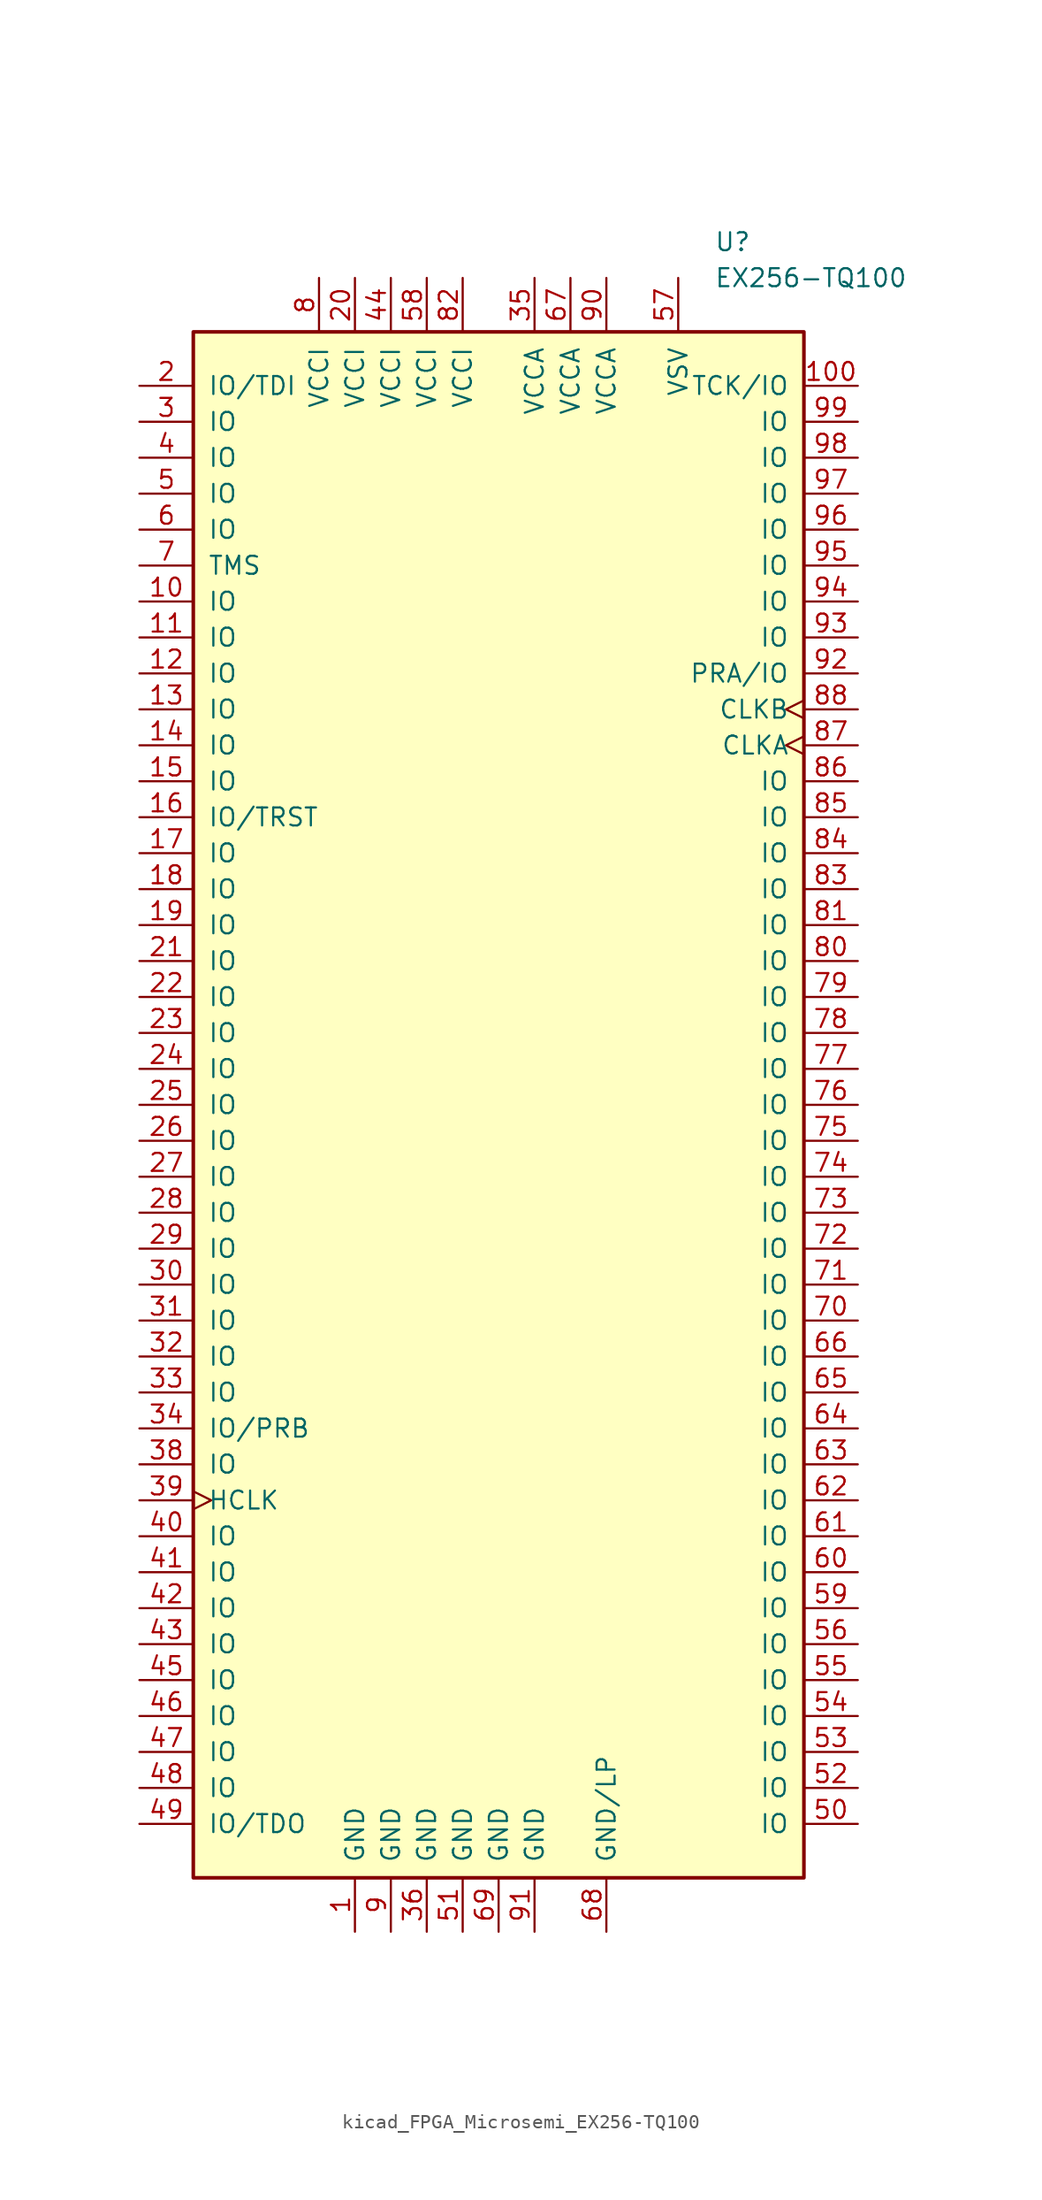
<source format=kicad_sym>
(kicad_symbol_lib
  (version 20220914)
  (generator kicad_symbol_editor)
  (symbol "kicad_FPGA_Microsemi_EX256-TQ100"
    (pin_names
      (offset 1.016))
    (property "Reference" "U"
      (at 15.24 60.96 0)
      (effects (font (size 1.27 1.27)) (justify left)))
    (property "Value" "EX256-TQ100"
      (at 15.24 58.42 0)
      (effects (font (size 1.27 1.27)) (justify left)))
    (symbol "kicad_FPGA_Microsemi_EX256-TQ100_0_1"
      (rectangle (start -21.59 54.61) (end 21.59 -54.61) (stroke (width 0.254) (type default)) (fill (type background))))
    (symbol "kicad_FPGA_Microsemi_EX256-TQ100_1_1"
      (pin power_in line (at -10.16 -58.42 90) (length 3.81) (name "GND" (effects (font (size 1.27 1.27)))) (number "1" (effects (font (size 1.27 1.27)))))
      (pin bidirectional line (at -25.4 35.56 0) (length 3.81) (name "IO" (effects (font (size 1.27 1.27)))) (number "10" (effects (font (size 1.27 1.27)))))
      (pin bidirectional line (at 25.4 50.8 180) (length 3.81) (name "TCK/IO" (effects (font (size 1.27 1.27)))) (number "100" (effects (font (size 1.27 1.27)))))
      (pin bidirectional line (at -25.4 33.02 0) (length 3.81) (name "IO" (effects (font (size 1.27 1.27)))) (number "11" (effects (font (size 1.27 1.27)))))
      (pin bidirectional line (at -25.4 30.48 0) (length 3.81) (name "IO" (effects (font (size 1.27 1.27)))) (number "12" (effects (font (size 1.27 1.27)))))
      (pin bidirectional line (at -25.4 27.94 0) (length 3.81) (name "IO" (effects (font (size 1.27 1.27)))) (number "13" (effects (font (size 1.27 1.27)))))
      (pin bidirectional line (at -25.4 25.4 0) (length 3.81) (name "IO" (effects (font (size 1.27 1.27)))) (number "14" (effects (font (size 1.27 1.27)))))
      (pin bidirectional line (at -25.4 22.86 0) (length 3.81) (name "IO" (effects (font (size 1.27 1.27)))) (number "15" (effects (font (size 1.27 1.27)))))
      (pin bidirectional line (at -25.4 20.32 0) (length 3.81) (name "IO/TRST" (effects (font (size 1.27 1.27)))) (number "16" (effects (font (size 1.27 1.27)))))
      (pin bidirectional line (at -25.4 17.78 0) (length 3.81) (name "IO" (effects (font (size 1.27 1.27)))) (number "17" (effects (font (size 1.27 1.27)))))
      (pin bidirectional line (at -25.4 15.24 0) (length 3.81) (name "IO" (effects (font (size 1.27 1.27)))) (number "18" (effects (font (size 1.27 1.27)))))
      (pin bidirectional line (at -25.4 12.7 0) (length 3.81) (name "IO" (effects (font (size 1.27 1.27)))) (number "19" (effects (font (size 1.27 1.27)))))
      (pin bidirectional line (at -25.4 50.8 0) (length 3.81) (name "IO/TDI" (effects (font (size 1.27 1.27)))) (number "2" (effects (font (size 1.27 1.27)))))
      (pin power_in line (at -10.16 58.42 270) (length 3.81) (name "VCCI" (effects (font (size 1.27 1.27)))) (number "20" (effects (font (size 1.27 1.27)))))
      (pin bidirectional line (at -25.4 10.16 0) (length 3.81) (name "IO" (effects (font (size 1.27 1.27)))) (number "21" (effects (font (size 1.27 1.27)))))
      (pin bidirectional line (at -25.4 7.62 0) (length 3.81) (name "IO" (effects (font (size 1.27 1.27)))) (number "22" (effects (font (size 1.27 1.27)))))
      (pin bidirectional line (at -25.4 5.08 0) (length 3.81) (name "IO" (effects (font (size 1.27 1.27)))) (number "23" (effects (font (size 1.27 1.27)))))
      (pin bidirectional line (at -25.4 2.54 0) (length 3.81) (name "IO" (effects (font (size 1.27 1.27)))) (number "24" (effects (font (size 1.27 1.27)))))
      (pin bidirectional line (at -25.4 0 0) (length 3.81) (name "IO" (effects (font (size 1.27 1.27)))) (number "25" (effects (font (size 1.27 1.27)))))
      (pin bidirectional line (at -25.4 -2.54 0) (length 3.81) (name "IO" (effects (font (size 1.27 1.27)))) (number "26" (effects (font (size 1.27 1.27)))))
      (pin bidirectional line (at -25.4 -5.08 0) (length 3.81) (name "IO" (effects (font (size 1.27 1.27)))) (number "27" (effects (font (size 1.27 1.27)))))
      (pin bidirectional line (at -25.4 -7.62 0) (length 3.81) (name "IO" (effects (font (size 1.27 1.27)))) (number "28" (effects (font (size 1.27 1.27)))))
      (pin bidirectional line (at -25.4 -10.16 0) (length 3.81) (name "IO" (effects (font (size 1.27 1.27)))) (number "29" (effects (font (size 1.27 1.27)))))
      (pin bidirectional line (at -25.4 48.26 0) (length 3.81) (name "IO" (effects (font (size 1.27 1.27)))) (number "3" (effects (font (size 1.27 1.27)))))
      (pin bidirectional line (at -25.4 -12.7 0) (length 3.81) (name "IO" (effects (font (size 1.27 1.27)))) (number "30" (effects (font (size 1.27 1.27)))))
      (pin bidirectional line (at -25.4 -15.24 0) (length 3.81) (name "IO" (effects (font (size 1.27 1.27)))) (number "31" (effects (font (size 1.27 1.27)))))
      (pin bidirectional line (at -25.4 -17.78 0) (length 3.81) (name "IO" (effects (font (size 1.27 1.27)))) (number "32" (effects (font (size 1.27 1.27)))))
      (pin bidirectional line (at -25.4 -20.32 0) (length 3.81) (name "IO" (effects (font (size 1.27 1.27)))) (number "33" (effects (font (size 1.27 1.27)))))
      (pin bidirectional line (at -25.4 -22.86 0) (length 3.81) (name "IO/PRB" (effects (font (size 1.27 1.27)))) (number "34" (effects (font (size 1.27 1.27)))))
      (pin power_in line (at 2.54 58.42 270) (length 3.81) (name "VCCA" (effects (font (size 1.27 1.27)))) (number "35" (effects (font (size 1.27 1.27)))))
      (pin power_in line (at -5.08 -58.42 90) (length 3.81) (name "GND" (effects (font (size 1.27 1.27)))) (number "36" (effects (font (size 1.27 1.27)))))
      (pin bidirectional line (at -25.4 -25.4 0) (length 3.81) (name "IO" (effects (font (size 1.27 1.27)))) (number "38" (effects (font (size 1.27 1.27)))))
      (pin input clock (at -25.4 -27.94 0) (length 3.81) (name "HCLK" (effects (font (size 1.27 1.27)))) (number "39" (effects (font (size 1.27 1.27)))))
      (pin bidirectional line (at -25.4 45.72 0) (length 3.81) (name "IO" (effects (font (size 1.27 1.27)))) (number "4" (effects (font (size 1.27 1.27)))))
      (pin bidirectional line (at -25.4 -30.48 0) (length 3.81) (name "IO" (effects (font (size 1.27 1.27)))) (number "40" (effects (font (size 1.27 1.27)))))
      (pin bidirectional line (at -25.4 -33.02 0) (length 3.81) (name "IO" (effects (font (size 1.27 1.27)))) (number "41" (effects (font (size 1.27 1.27)))))
      (pin bidirectional line (at -25.4 -35.56 0) (length 3.81) (name "IO" (effects (font (size 1.27 1.27)))) (number "42" (effects (font (size 1.27 1.27)))))
      (pin bidirectional line (at -25.4 -38.1 0) (length 3.81) (name "IO" (effects (font (size 1.27 1.27)))) (number "43" (effects (font (size 1.27 1.27)))))
      (pin power_in line (at -7.62 58.42 270) (length 3.81) (name "VCCI" (effects (font (size 1.27 1.27)))) (number "44" (effects (font (size 1.27 1.27)))))
      (pin bidirectional line (at -25.4 -40.64 0) (length 3.81) (name "IO" (effects (font (size 1.27 1.27)))) (number "45" (effects (font (size 1.27 1.27)))))
      (pin bidirectional line (at -25.4 -43.18 0) (length 3.81) (name "IO" (effects (font (size 1.27 1.27)))) (number "46" (effects (font (size 1.27 1.27)))))
      (pin bidirectional line (at -25.4 -45.72 0) (length 3.81) (name "IO" (effects (font (size 1.27 1.27)))) (number "47" (effects (font (size 1.27 1.27)))))
      (pin bidirectional line (at -25.4 -48.26 0) (length 3.81) (name "IO" (effects (font (size 1.27 1.27)))) (number "48" (effects (font (size 1.27 1.27)))))
      (pin bidirectional line (at -25.4 -50.8 0) (length 3.81) (name "IO/TDO" (effects (font (size 1.27 1.27)))) (number "49" (effects (font (size 1.27 1.27)))))
      (pin bidirectional line (at -25.4 43.18 0) (length 3.81) (name "IO" (effects (font (size 1.27 1.27)))) (number "5" (effects (font (size 1.27 1.27)))))
      (pin bidirectional line (at 25.4 -50.8 180) (length 3.81) (name "IO" (effects (font (size 1.27 1.27)))) (number "50" (effects (font (size 1.27 1.27)))))
      (pin power_in line (at -2.54 -58.42 90) (length 3.81) (name "GND" (effects (font (size 1.27 1.27)))) (number "51" (effects (font (size 1.27 1.27)))))
      (pin bidirectional line (at 25.4 -48.26 180) (length 3.81) (name "IO" (effects (font (size 1.27 1.27)))) (number "52" (effects (font (size 1.27 1.27)))))
      (pin bidirectional line (at 25.4 -45.72 180) (length 3.81) (name "IO" (effects (font (size 1.27 1.27)))) (number "53" (effects (font (size 1.27 1.27)))))
      (pin bidirectional line (at 25.4 -43.18 180) (length 3.81) (name "IO" (effects (font (size 1.27 1.27)))) (number "54" (effects (font (size 1.27 1.27)))))
      (pin bidirectional line (at 25.4 -40.64 180) (length 3.81) (name "IO" (effects (font (size 1.27 1.27)))) (number "55" (effects (font (size 1.27 1.27)))))
      (pin bidirectional line (at 25.4 -38.1 180) (length 3.81) (name "IO" (effects (font (size 1.27 1.27)))) (number "56" (effects (font (size 1.27 1.27)))))
      (pin power_in line (at 12.7 58.42 270) (length 3.81) (name "VSV" (effects (font (size 1.27 1.27)))) (number "57" (effects (font (size 1.27 1.27)))))
      (pin power_in line (at -5.08 58.42 270) (length 3.81) (name "VCCI" (effects (font (size 1.27 1.27)))) (number "58" (effects (font (size 1.27 1.27)))))
      (pin bidirectional line (at 25.4 -35.56 180) (length 3.81) (name "IO" (effects (font (size 1.27 1.27)))) (number "59" (effects (font (size 1.27 1.27)))))
      (pin bidirectional line (at -25.4 40.64 0) (length 3.81) (name "IO" (effects (font (size 1.27 1.27)))) (number "6" (effects (font (size 1.27 1.27)))))
      (pin bidirectional line (at 25.4 -33.02 180) (length 3.81) (name "IO" (effects (font (size 1.27 1.27)))) (number "60" (effects (font (size 1.27 1.27)))))
      (pin bidirectional line (at 25.4 -30.48 180) (length 3.81) (name "IO" (effects (font (size 1.27 1.27)))) (number "61" (effects (font (size 1.27 1.27)))))
      (pin bidirectional line (at 25.4 -27.94 180) (length 3.81) (name "IO" (effects (font (size 1.27 1.27)))) (number "62" (effects (font (size 1.27 1.27)))))
      (pin bidirectional line (at 25.4 -25.4 180) (length 3.81) (name "IO" (effects (font (size 1.27 1.27)))) (number "63" (effects (font (size 1.27 1.27)))))
      (pin bidirectional line (at 25.4 -22.86 180) (length 3.81) (name "IO" (effects (font (size 1.27 1.27)))) (number "64" (effects (font (size 1.27 1.27)))))
      (pin bidirectional line (at 25.4 -20.32 180) (length 3.81) (name "IO" (effects (font (size 1.27 1.27)))) (number "65" (effects (font (size 1.27 1.27)))))
      (pin bidirectional line (at 25.4 -17.78 180) (length 3.81) (name "IO" (effects (font (size 1.27 1.27)))) (number "66" (effects (font (size 1.27 1.27)))))
      (pin power_in line (at 5.08 58.42 270) (length 3.81) (name "VCCA" (effects (font (size 1.27 1.27)))) (number "67" (effects (font (size 1.27 1.27)))))
      (pin power_in line (at 7.62 -58.42 90) (length 3.81) (name "GND/LP" (effects (font (size 1.27 1.27)))) (number "68" (effects (font (size 1.27 1.27)))))
      (pin power_in line (at 0 -58.42 90) (length 3.81) (name "GND" (effects (font (size 1.27 1.27)))) (number "69" (effects (font (size 1.27 1.27)))))
      (pin input line (at -25.4 38.1 0) (length 3.81) (name "TMS" (effects (font (size 1.27 1.27)))) (number "7" (effects (font (size 1.27 1.27)))))
      (pin bidirectional line (at 25.4 -15.24 180) (length 3.81) (name "IO" (effects (font (size 1.27 1.27)))) (number "70" (effects (font (size 1.27 1.27)))))
      (pin bidirectional line (at 25.4 -12.7 180) (length 3.81) (name "IO" (effects (font (size 1.27 1.27)))) (number "71" (effects (font (size 1.27 1.27)))))
      (pin bidirectional line (at 25.4 -10.16 180) (length 3.81) (name "IO" (effects (font (size 1.27 1.27)))) (number "72" (effects (font (size 1.27 1.27)))))
      (pin bidirectional line (at 25.4 -7.62 180) (length 3.81) (name "IO" (effects (font (size 1.27 1.27)))) (number "73" (effects (font (size 1.27 1.27)))))
      (pin bidirectional line (at 25.4 -5.08 180) (length 3.81) (name "IO" (effects (font (size 1.27 1.27)))) (number "74" (effects (font (size 1.27 1.27)))))
      (pin bidirectional line (at 25.4 -2.54 180) (length 3.81) (name "IO" (effects (font (size 1.27 1.27)))) (number "75" (effects (font (size 1.27 1.27)))))
      (pin bidirectional line (at 25.4 0 180) (length 3.81) (name "IO" (effects (font (size 1.27 1.27)))) (number "76" (effects (font (size 1.27 1.27)))))
      (pin bidirectional line (at 25.4 2.54 180) (length 3.81) (name "IO" (effects (font (size 1.27 1.27)))) (number "77" (effects (font (size 1.27 1.27)))))
      (pin bidirectional line (at 25.4 5.08 180) (length 3.81) (name "IO" (effects (font (size 1.27 1.27)))) (number "78" (effects (font (size 1.27 1.27)))))
      (pin bidirectional line (at 25.4 7.62 180) (length 3.81) (name "IO" (effects (font (size 1.27 1.27)))) (number "79" (effects (font (size 1.27 1.27)))))
      (pin power_in line (at -12.7 58.42 270) (length 3.81) (name "VCCI" (effects (font (size 1.27 1.27)))) (number "8" (effects (font (size 1.27 1.27)))))
      (pin bidirectional line (at 25.4 10.16 180) (length 3.81) (name "IO" (effects (font (size 1.27 1.27)))) (number "80" (effects (font (size 1.27 1.27)))))
      (pin bidirectional line (at 25.4 12.7 180) (length 3.81) (name "IO" (effects (font (size 1.27 1.27)))) (number "81" (effects (font (size 1.27 1.27)))))
      (pin power_in line (at -2.54 58.42 270) (length 3.81) (name "VCCI" (effects (font (size 1.27 1.27)))) (number "82" (effects (font (size 1.27 1.27)))))
      (pin bidirectional line (at 25.4 15.24 180) (length 3.81) (name "IO" (effects (font (size 1.27 1.27)))) (number "83" (effects (font (size 1.27 1.27)))))
      (pin bidirectional line (at 25.4 17.78 180) (length 3.81) (name "IO" (effects (font (size 1.27 1.27)))) (number "84" (effects (font (size 1.27 1.27)))))
      (pin bidirectional line (at 25.4 20.32 180) (length 3.81) (name "IO" (effects (font (size 1.27 1.27)))) (number "85" (effects (font (size 1.27 1.27)))))
      (pin bidirectional line (at 25.4 22.86 180) (length 3.81) (name "IO" (effects (font (size 1.27 1.27)))) (number "86" (effects (font (size 1.27 1.27)))))
      (pin input clock (at 25.4 25.4 180) (length 3.81) (name "CLKA" (effects (font (size 1.27 1.27)))) (number "87" (effects (font (size 1.27 1.27)))))
      (pin input clock (at 25.4 27.94 180) (length 3.81) (name "CLKB" (effects (font (size 1.27 1.27)))) (number "88" (effects (font (size 1.27 1.27)))))
      (pin power_in line (at -7.62 -58.42 90) (length 3.81) (name "GND" (effects (font (size 1.27 1.27)))) (number "9" (effects (font (size 1.27 1.27)))))
      (pin power_in line (at 7.62 58.42 270) (length 3.81) (name "VCCA" (effects (font (size 1.27 1.27)))) (number "90" (effects (font (size 1.27 1.27)))))
      (pin power_in line (at 2.54 -58.42 90) (length 3.81) (name "GND" (effects (font (size 1.27 1.27)))) (number "91" (effects (font (size 1.27 1.27)))))
      (pin bidirectional line (at 25.4 30.48 180) (length 3.81) (name "PRA/IO" (effects (font (size 1.27 1.27)))) (number "92" (effects (font (size 1.27 1.27)))))
      (pin bidirectional line (at 25.4 33.02 180) (length 3.81) (name "IO" (effects (font (size 1.27 1.27)))) (number "93" (effects (font (size 1.27 1.27)))))
      (pin bidirectional line (at 25.4 35.56 180) (length 3.81) (name "IO" (effects (font (size 1.27 1.27)))) (number "94" (effects (font (size 1.27 1.27)))))
      (pin bidirectional line (at 25.4 38.1 180) (length 3.81) (name "IO" (effects (font (size 1.27 1.27)))) (number "95" (effects (font (size 1.27 1.27)))))
      (pin bidirectional line (at 25.4 40.64 180) (length 3.81) (name "IO" (effects (font (size 1.27 1.27)))) (number "96" (effects (font (size 1.27 1.27)))))
      (pin bidirectional line (at 25.4 43.18 180) (length 3.81) (name "IO" (effects (font (size 1.27 1.27)))) (number "97" (effects (font (size 1.27 1.27)))))
      (pin bidirectional line (at 25.4 45.72 180) (length 3.81) (name "IO" (effects (font (size 1.27 1.27)))) (number "98" (effects (font (size 1.27 1.27)))))
      (pin bidirectional line (at 25.4 48.26 180) (length 3.81) (name "IO" (effects (font (size 1.27 1.27)))) (number "99" (effects (font (size 1.27 1.27))))))))
</source>
